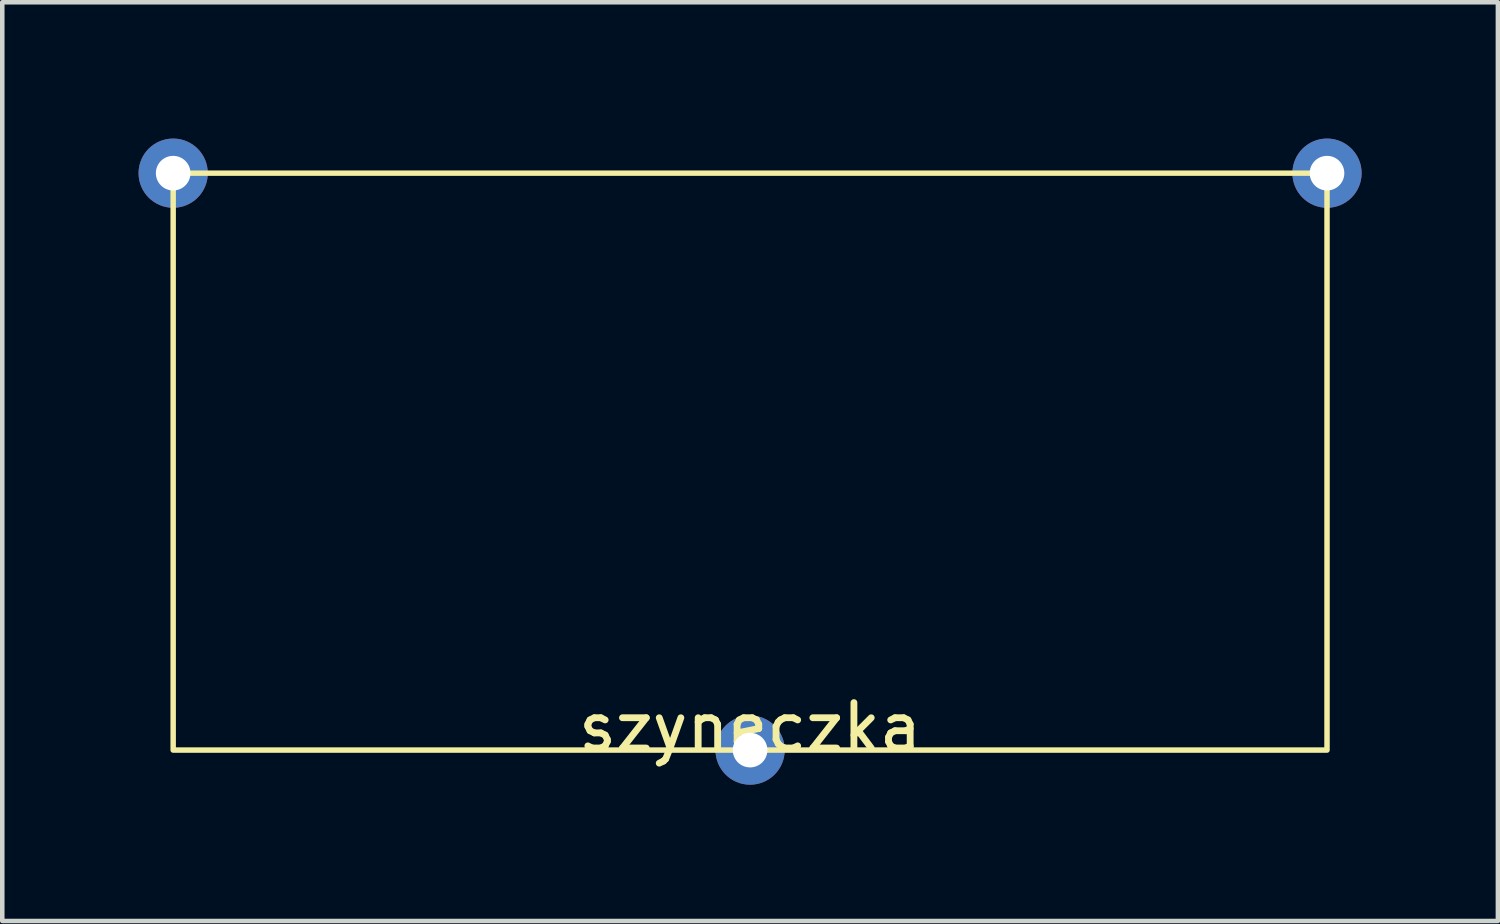
<source format=kicad_pcb>
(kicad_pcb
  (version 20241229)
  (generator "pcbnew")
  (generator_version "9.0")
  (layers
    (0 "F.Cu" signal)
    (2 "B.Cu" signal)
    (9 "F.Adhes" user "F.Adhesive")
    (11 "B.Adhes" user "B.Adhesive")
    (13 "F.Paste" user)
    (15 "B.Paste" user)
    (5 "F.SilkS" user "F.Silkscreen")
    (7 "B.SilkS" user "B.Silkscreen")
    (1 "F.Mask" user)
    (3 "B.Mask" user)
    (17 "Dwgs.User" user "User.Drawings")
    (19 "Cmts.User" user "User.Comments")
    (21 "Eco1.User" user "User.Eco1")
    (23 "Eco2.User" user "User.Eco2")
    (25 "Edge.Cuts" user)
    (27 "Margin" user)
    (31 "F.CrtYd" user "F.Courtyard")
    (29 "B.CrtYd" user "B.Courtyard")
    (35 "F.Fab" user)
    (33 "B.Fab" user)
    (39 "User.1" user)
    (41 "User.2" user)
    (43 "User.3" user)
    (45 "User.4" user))
  (footprint "szyneczka"
    (layer "F.Cu")
    (at 13.462 13.462)
    (property "Reference" "szyneczka" (at 0 -0.5 0) (unlocked yes) (layer "F.SilkS") (effects (font (size 1 1) (thickness 0.15))))
    (attr through_hole)
    (fp_rect (start -12.7 -12.7) (end 12.7 0) (stroke (width 0.12) (type solid)) (fill no) (layer "F.SilkS"))
    (pad "1" thru_hole circle (at -12.7 -12.7) (size 1.524 1.524) (drill 0.762) (layers "*.Cu" "*.Mask"))
    (pad "2" thru_hole circle (at 0 0) (size 1.524 1.524) (drill 0.762) (layers "*.Cu" "*.Mask"))
    (pad "3" thru_hole circle (at 12.7 -12.7) (size 1.524 1.524) (drill 0.762) (layers "*.Cu" "*.Mask")))
  (gr_rect
    (start -3 -3)
    (end 29.924 17.224)
    (stroke (width 0.1) (type default))
    (fill no)
    (layer "Edge.Cuts")))
</source>
